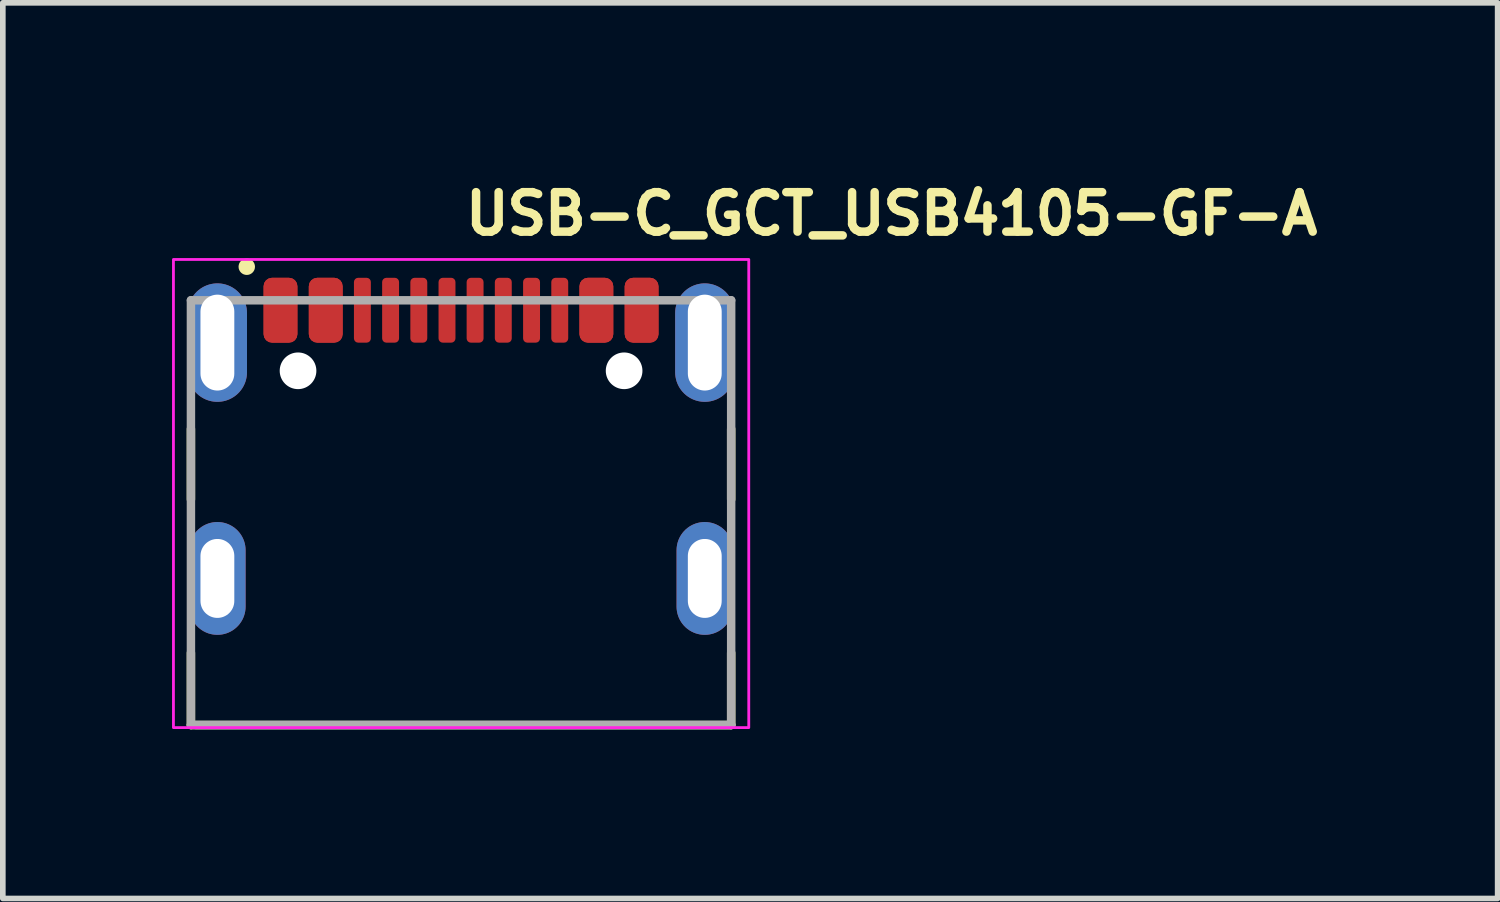
<source format=kicad_pcb>
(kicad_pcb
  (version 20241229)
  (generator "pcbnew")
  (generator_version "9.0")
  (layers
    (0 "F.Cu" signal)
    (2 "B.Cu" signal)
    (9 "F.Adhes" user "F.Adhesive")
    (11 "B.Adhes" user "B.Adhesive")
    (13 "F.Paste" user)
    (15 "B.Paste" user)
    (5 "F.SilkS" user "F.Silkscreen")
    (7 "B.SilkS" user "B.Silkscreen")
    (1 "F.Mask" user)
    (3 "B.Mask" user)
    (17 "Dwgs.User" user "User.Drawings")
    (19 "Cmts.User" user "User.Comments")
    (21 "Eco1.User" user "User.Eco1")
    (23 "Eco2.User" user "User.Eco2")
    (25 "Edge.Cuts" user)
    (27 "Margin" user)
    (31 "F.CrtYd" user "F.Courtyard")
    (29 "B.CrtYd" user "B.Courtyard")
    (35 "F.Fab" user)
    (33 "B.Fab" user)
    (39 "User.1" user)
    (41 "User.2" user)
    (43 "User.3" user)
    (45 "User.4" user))
  (footprint "USB-C_GCT_USB4105-GF-A"
    (layer "F.Cu")
    (at 5.125 5.95)
    (property "Reference" "USB-C_GCT_USB4105-GF-A" (at 0 -4.8 0) (layer "F.SilkS") (effects (font (size 0.7 0.7) (thickness 0.15)) (justify left bottom)))
    (attr smd)
    (fp_line (start -4.79 -1.395) (end -4.79 -0.145) (stroke (width 0.15) (type solid)) (layer "F.SilkS"))
    (fp_line (start -4.79 2.575) (end -4.79 3.854) (stroke (width 0.15) (type solid)) (layer "F.SilkS"))
    (fp_line (start -4.79 3.854) (end 4.788 3.854) (stroke (width 0.15) (type solid)) (layer "F.SilkS"))
    (fp_line (start 4.788 -1.395) (end 4.788 -0.145) (stroke (width 0.15) (type solid)) (layer "F.SilkS"))
    (fp_line (start 4.788 3.854) (end 4.788 2.575) (stroke (width 0.15) (type solid)) (layer "F.SilkS"))
    (fp_circle (center -3.8 -4.271) (end -3.75 -4.221) (stroke (width 0.15) (type solid)) (fill yes) (layer "F.SilkS"))
    (fp_rect (start -5.1 -4.4) (end 5.1 3.9) (stroke (width 0.05) (type solid)) (fill no) (layer "F.CrtYd"))
    (fp_line (start -4.79 -3.676) (end 4.788 -3.676) (stroke (width 0.15) (type solid)) (layer "F.Fab"))
    (fp_line (start -4.79 3.854) (end -4.79 -3.676) (stroke (width 0.15) (type solid)) (layer "F.Fab"))
    (fp_line (start -4.702 3.854) (end 4.788 3.854) (stroke (width 0.15) (type solid)) (layer "F.Fab"))
    (fp_line (start 4.788 -3.676) (end 4.788 3.854) (stroke (width 0.15) (type solid)) (layer "F.Fab"))
    (fp_line (start 4.788 3.854) (end -4.79 3.854) (stroke (width 0.15) (type solid)) (layer "F.Fab"))
    (fp_rect (start -4.79 -3.856) (end 4.788 3.854) (stroke (width 0.1) (type solid)) (fill no) (layer "User.5"))
    (fp_line (start -4.79 -3.25) (end -4.79 -3.226) (stroke (width 0.02) (type solid)) (layer "User.9"))
    (fp_line (start -4.79 -3.226) (end -4.79 -2.077) (stroke (width 0.02) (type solid)) (layer "User.9"))
    (fp_line (start -4.79 -1.875) (end -4.79 -2.077) (stroke (width 0.02) (type solid)) (layer "User.9"))
    (fp_line (start -4.789 -3.273) (end -4.79 -3.25) (stroke (width 0.02) (type solid)) (layer "User.9"))
    (fp_line (start -4.786 -3.294) (end -4.789 -3.273) (stroke (width 0.02) (type solid)) (layer "User.9"))
    (fp_line (start -4.781 -3.317) (end -4.786 -3.294) (stroke (width 0.02) (type solid)) (layer "User.9"))
    (fp_line (start -4.776 -3.339) (end -4.781 -3.317) (stroke (width 0.02) (type solid)) (layer "User.9"))
    (fp_line (start -4.771 -3.359) (end -4.776 -3.339) (stroke (width 0.02) (type solid)) (layer "User.9"))
    (fp_line (start -4.763 -3.38) (end -4.771 -3.359) (stroke (width 0.02) (type solid)) (layer "User.9"))
    (fp_line (start -4.755 -3.402) (end -4.763 -3.38) (stroke (width 0.02) (type solid)) (layer "User.9"))
    (fp_line (start -4.747 -3.422) (end -4.755 -3.402) (stroke (width 0.02) (type solid)) (layer "User.9"))
    (fp_line (start -4.736 -3.44) (end -4.747 -3.422) (stroke (width 0.02) (type solid)) (layer "User.9"))
    (fp_line (start -4.726 -3.46) (end -4.736 -3.44) (stroke (width 0.02) (type solid)) (layer "User.9"))
    (fp_line (start -4.715 -3.477) (end -4.726 -3.46) (stroke (width 0.02) (type solid)) (layer "User.9"))
    (fp_line (start -4.702 -3.496) (end -4.715 -3.477) (stroke (width 0.02) (type solid)) (layer "User.9"))
    (fp_line (start -4.688 -3.512) (end -4.702 -3.496) (stroke (width 0.02) (type solid)) (layer "User.9"))
    (fp_line (start -4.675 -3.528) (end -4.688 -3.512) (stroke (width 0.02) (type solid)) (layer "User.9"))
    (fp_line (start -4.659 -3.544) (end -4.675 -3.528) (stroke (width 0.02) (type solid)) (layer "User.9"))
    (fp_line (start -4.643 -3.56) (end -4.659 -3.544) (stroke (width 0.02) (type solid)) (layer "User.9"))
    (fp_line (start -4.64 -1.875) (end -4.79 -1.875) (stroke (width 0.02) (type solid)) (layer "User.9"))
    (fp_line (start -4.64 -1.875) (end -4.6 -1.917) (stroke (width 0.02) (type solid)) (layer "User.9"))
    (fp_line (start -4.627 -3.573) (end -4.643 -3.56) (stroke (width 0.02) (type solid)) (layer "User.9"))
    (fp_line (start -4.611 -3.586) (end -4.627 -3.573) (stroke (width 0.02) (type solid)) (layer "User.9"))
    (fp_line (start -4.6 -1.917) (end -4.6 -1.917) (stroke (width 0.02) (type solid)) (layer "User.9"))
    (fp_line (start -4.6 -1.917) (end -4.491 -2.025) (stroke (width 0.02) (type solid)) (layer "User.9"))
    (fp_line (start -4.593 -3.6) (end -4.611 -3.586) (stroke (width 0.02) (type solid)) (layer "User.9"))
    (fp_line (start -4.574 -3.61) (end -4.593 -3.6) (stroke (width 0.02) (type solid)) (layer "User.9"))
    (fp_line (start -4.555 -3.621) (end -4.574 -3.61) (stroke (width 0.02) (type solid)) (layer "User.9"))
    (fp_line (start -4.537 -3.632) (end -4.555 -3.621) (stroke (width 0.02) (type solid)) (layer "User.9"))
    (fp_line (start -4.516 -3.641) (end -4.537 -3.632) (stroke (width 0.02) (type solid)) (layer "User.9"))
    (fp_line (start -4.496 -3.649) (end -4.516 -3.641) (stroke (width 0.02) (type solid)) (layer "User.9"))
    (fp_line (start -4.491 -3.242) (end -4.491 -3.234) (stroke (width 0.02) (type solid)) (layer "User.9"))
    (fp_line (start -4.491 -3.234) (end -4.491 -3.226) (stroke (width 0.02) (type solid)) (layer "User.9"))
    (fp_line (start -4.491 -3.226) (end -4.491 -2.077) (stroke (width 0.02) (type solid)) (layer "User.9"))
    (fp_line (start -4.491 -2.327) (end -4.47 -2.327) (stroke (width 0.02) (type solid)) (layer "User.9"))
    (fp_line (start -4.491 -2.025) (end -4.491 -2.077) (stroke (width 0.02) (type solid)) (layer "User.9"))
    (fp_line (start -4.489 -3.249) (end -4.491 -3.242) (stroke (width 0.02) (type solid)) (layer "User.9"))
    (fp_line (start -4.488 -3.257) (end -4.489 -3.249) (stroke (width 0.02) (type solid)) (layer "User.9"))
    (fp_line (start -4.486 -3.263) (end -4.488 -3.257) (stroke (width 0.02) (type solid)) (layer "User.9"))
    (fp_line (start -4.484 -3.27) (end -4.486 -3.263) (stroke (width 0.02) (type solid)) (layer "User.9"))
    (fp_line (start -4.481 -3.278) (end -4.484 -3.27) (stroke (width 0.02) (type solid)) (layer "User.9"))
    (fp_line (start -4.479 -3.285) (end -4.481 -3.278) (stroke (width 0.02) (type solid)) (layer "User.9"))
    (fp_line (start -4.476 -3.291) (end -4.479 -3.285) (stroke (width 0.02) (type solid)) (layer "User.9"))
    (fp_line (start -4.475 -3.656) (end -4.496 -3.649) (stroke (width 0.02) (type solid)) (layer "User.9"))
    (fp_line (start -4.473 -3.298) (end -4.476 -3.291) (stroke (width 0.02) (type solid)) (layer "User.9"))
    (fp_line (start -4.47 -3.303) (end -4.473 -3.298) (stroke (width 0.02) (type solid)) (layer "User.9"))
    (fp_line (start -4.47 -3.176) (end -4.47 -3.301) (stroke (width 0.02) (type solid)) (layer "User.9"))
    (fp_line (start -4.47 -3.176) (end -4.47 -3.125) (stroke (width 0.02) (type solid)) (layer "User.9"))
    (fp_line (start -4.47 -3.125) (end -4.47 3.854) (stroke (width 0.02) (type solid)) (layer "User.9"))
    (fp_line (start -4.47 -2.952) (end -4.491 -2.923) (stroke (width 0.02) (type solid)) (layer "User.9"))
    (fp_line (start -4.465 -3.31) (end -4.47 -3.303) (stroke (width 0.02) (type solid)) (layer "User.9"))
    (fp_line (start -4.462 -3.315) (end -4.465 -3.31) (stroke (width 0.02) (type solid)) (layer "User.9"))
    (fp_line (start -4.462 -3.125) (end -4.47 -3.125) (stroke (width 0.02) (type solid)) (layer "User.9"))
    (fp_line (start -4.462 -3.125) (end -4.462 -3.125) (stroke (width 0.02) (type solid)) (layer "User.9"))
    (fp_line (start -4.462 3.854) (end -4.47 3.854) (stroke (width 0.02) (type solid)) (layer "User.9"))
    (fp_line (start -4.462 3.854) (end -4.462 3.854) (stroke (width 0.02) (type solid)) (layer "User.9"))
    (fp_line (start -4.457 -3.322) (end -4.462 -3.315) (stroke (width 0.02) (type solid)) (layer "User.9"))
    (fp_line (start -4.454 -3.661) (end -4.475 -3.656) (stroke (width 0.02) (type solid)) (layer "User.9"))
    (fp_line (start -4.452 -3.326) (end -4.457 -3.322) (stroke (width 0.02) (type solid)) (layer "User.9"))
    (fp_line (start -4.447 -3.332) (end -4.452 -3.326) (stroke (width 0.02) (type solid)) (layer "User.9"))
    (fp_line (start -4.441 -3.338) (end -4.447 -3.332) (stroke (width 0.02) (type solid)) (layer "User.9"))
    (fp_line (start -4.438 -3.125) (end -4.462 -3.125) (stroke (width 0.02) (type solid)) (layer "User.9"))
    (fp_line (start -4.438 -3.125) (end -4.438 -3.125) (stroke (width 0.02) (type solid)) (layer "User.9"))
    (fp_line (start -4.438 3.854) (end -4.462 3.854) (stroke (width 0.02) (type solid)) (layer "User.9"))
    (fp_line (start -4.438 3.854) (end -4.438 3.854) (stroke (width 0.02) (type solid)) (layer "User.9"))
    (fp_line (start -4.436 -3.342) (end -4.441 -3.338) (stroke (width 0.02) (type solid)) (layer "User.9"))
    (fp_line (start -4.431 -3.666) (end -4.454 -3.661) (stroke (width 0.02) (type solid)) (layer "User.9"))
    (fp_line (start -4.43 -3.347) (end -4.436 -3.342) (stroke (width 0.02) (type solid)) (layer "User.9"))
    (fp_line (start -4.425 -3.351) (end -4.43 -3.347) (stroke (width 0.02) (type solid)) (layer "User.9"))
    (fp_line (start -4.419 -3.355) (end -4.425 -3.351) (stroke (width 0.02) (type solid)) (layer "User.9"))
    (fp_line (start -4.412 -3.358) (end -4.419 -3.355) (stroke (width 0.02) (type solid)) (layer "User.9"))
    (fp_line (start -4.409 -3.67) (end -4.431 -3.666) (stroke (width 0.02) (type solid)) (layer "User.9"))
    (fp_line (start -4.406 -3.362) (end -4.412 -3.358) (stroke (width 0.02) (type solid)) (layer "User.9"))
    (fp_line (start -4.399 -3.364) (end -4.406 -3.362) (stroke (width 0.02) (type solid)) (layer "User.9"))
    (fp_line (start -4.399 -3.125) (end -4.438 -3.125) (stroke (width 0.02) (type solid)) (layer "User.9"))
    (fp_line (start -4.399 -3.125) (end -4.399 -3.125) (stroke (width 0.02) (type solid)) (layer "User.9"))
    (fp_line (start -4.399 3.854) (end -4.438 3.854) (stroke (width 0.02) (type solid)) (layer "User.9"))
    (fp_line (start -4.399 3.854) (end -4.399 3.854) (stroke (width 0.02) (type solid)) (layer "User.9"))
    (fp_line (start -4.393 -3.367) (end -4.399 -3.364) (stroke (width 0.02) (type solid)) (layer "User.9"))
    (fp_line (start -4.388 -3.673) (end -4.409 -3.67) (stroke (width 0.02) (type solid)) (layer "User.9"))
    (fp_line (start -4.385 -3.37) (end -4.393 -3.367) (stroke (width 0.02) (type solid)) (layer "User.9"))
    (fp_line (start -4.379 -3.371) (end -4.385 -3.37) (stroke (width 0.02) (type solid)) (layer "User.9"))
    (fp_line (start -4.372 -3.372) (end -4.379 -3.371) (stroke (width 0.02) (type solid)) (layer "User.9"))
    (fp_line (start -4.364 -3.676) (end -4.388 -3.673) (stroke (width 0.02) (type solid)) (layer "User.9"))
    (fp_line (start -4.364 -3.375) (end -4.372 -3.372) (stroke (width 0.02) (type solid)) (layer "User.9"))
    (fp_line (start -4.363 -3.285) (end -4.47 -3.176) (stroke (width 0.02) (type solid)) (layer "User.9"))
    (fp_line (start -4.363 -3.285) (end -4.363 -3.285) (stroke (width 0.02) (type solid)) (layer "User.9"))
    (fp_line (start -4.356 -3.375) (end -4.364 -3.375) (stroke (width 0.02) (type solid)) (layer "User.9"))
    (fp_line (start -4.348 -3.375) (end -4.356 -3.375) (stroke (width 0.02) (type solid)) (layer "User.9"))
    (fp_line (start -4.345 -3.125) (end -4.399 -3.125) (stroke (width 0.02) (type solid)) (layer "User.9"))
    (fp_line (start -4.345 -3.125) (end -4.345 -3.125) (stroke (width 0.02) (type solid)) (layer "User.9"))
    (fp_line (start -4.345 3.854) (end -4.399 3.854) (stroke (width 0.02) (type solid)) (layer "User.9"))
    (fp_line (start -4.345 3.854) (end -4.345 3.854) (stroke (width 0.02) (type solid)) (layer "User.9"))
    (fp_line (start -4.34 -3.676) (end -4.364 -3.676) (stroke (width 0.02) (type solid)) (layer "User.9"))
    (fp_line (start -4.34 -3.676) (end -4.321 -3.676) (stroke (width 0.02) (type solid)) (layer "User.9"))
    (fp_line (start -4.34 -3.375) (end -4.348 -3.375) (stroke (width 0.02) (type solid)) (layer "User.9"))
    (fp_line (start -4.34 -3.375) (end -4.321 -3.375) (stroke (width 0.02) (type solid)) (layer "User.9"))
    (fp_line (start -4.321 -3.676) (end -4.314 -3.676) (stroke (width 0.02) (type solid)) (layer "User.9"))
    (fp_line (start -4.321 -3.375) (end -4.321 -3.676) (stroke (width 0.02) (type solid)) (layer "User.9"))
    (fp_line (start -4.321 -3.375) (end -4.321 -3.326) (stroke (width 0.02) (type solid)) (layer "User.9"))
    (fp_line (start -4.321 -3.375) (end -4.314 -3.375) (stroke (width 0.02) (type solid)) (layer "User.9"))
    (fp_line (start -4.321 -3.326) (end -4.363 -3.285) (stroke (width 0.02) (type solid)) (layer "User.9"))
    (fp_line (start -4.314 -3.676) (end -4.314 -3.676) (stroke (width 0.02) (type solid)) (layer "User.9"))
    (fp_line (start -4.314 -3.676) (end -4.297 -3.676) (stroke (width 0.02) (type solid)) (layer "User.9"))
    (fp_line (start -4.314 -3.375) (end -4.314 -3.375) (stroke (width 0.02) (type solid)) (layer "User.9"))
    (fp_line (start -4.314 -3.375) (end -4.297 -3.375) (stroke (width 0.02) (type solid)) (layer "User.9"))
    (fp_line (start -4.297 -3.676) (end -4.297 -3.676) (stroke (width 0.02) (type solid)) (layer "User.9"))
    (fp_line (start -4.297 -3.676) (end -4.268 -3.676) (stroke (width 0.02) (type solid)) (layer "User.9"))
    (fp_line (start -4.297 -3.375) (end -4.297 -3.375) (stroke (width 0.02) (type solid)) (layer "User.9"))
    (fp_line (start -4.297 -3.375) (end -4.268 -3.375) (stroke (width 0.02) (type solid)) (layer "User.9"))
    (fp_line (start -4.274 -3.125) (end -4.345 -3.125) (stroke (width 0.02) (type solid)) (layer "User.9"))
    (fp_line (start -4.274 -3.125) (end -4.274 -3.125) (stroke (width 0.02) (type solid)) (layer "User.9"))
    (fp_line (start -4.274 3.854) (end -4.345 3.854) (stroke (width 0.02) (type solid)) (layer "User.9"))
    (fp_line (start -4.274 3.854) (end -4.274 3.854) (stroke (width 0.02) (type solid)) (layer "User.9"))
    (fp_line (start -4.268 -3.676) (end -4.268 -3.676) (stroke (width 0.02) (type solid)) (layer "User.9"))
    (fp_line (start -4.268 -3.676) (end -4.225 -3.676) (stroke (width 0.02) (type solid)) (layer "User.9"))
    (fp_line (start -4.268 -3.375) (end -4.268 -3.375) (stroke (width 0.02) (type solid)) (layer "User.9"))
    (fp_line (start -4.268 -3.375) (end -4.225 -3.375) (stroke (width 0.02) (type solid)) (layer "User.9"))
    (fp_line (start -4.225 -3.676) (end -4.225 -3.676) (stroke (width 0.02) (type solid)) (layer "User.9"))
    (fp_line (start -4.225 -3.676) (end -4.173 -3.676) (stroke (width 0.02) (type solid)) (layer "User.9"))
    (fp_line (start -4.225 -3.375) (end -4.225 -3.375) (stroke (width 0.02) (type solid)) (layer "User.9"))
    (fp_line (start -4.225 -3.375) (end -4.173 -3.375) (stroke (width 0.02) (type solid)) (layer "User.9"))
    (fp_line (start -4.191 -3.125) (end -4.274 -3.125) (stroke (width 0.02) (type solid)) (layer "User.9"))
    (fp_line (start -4.191 -3.125) (end -4.191 -3.125) (stroke (width 0.02) (type solid)) (layer "User.9"))
    (fp_line (start -4.191 3.854) (end -4.274 3.854) (stroke (width 0.02) (type solid)) (layer "User.9"))
    (fp_line (start -4.191 3.854) (end -4.191 3.854) (stroke (width 0.02) (type solid)) (layer "User.9"))
    (fp_line (start -4.173 -3.676) (end -4.173 -3.676) (stroke (width 0.02) (type solid)) (layer "User.9"))
    (fp_line (start -4.173 -3.676) (end -4.111 -3.676) (stroke (width 0.02) (type solid)) (layer "User.9"))
    (fp_line (start -4.173 -3.375) (end -4.173 -3.375) (stroke (width 0.02) (type solid)) (layer "User.9"))
    (fp_line (start -4.173 -3.375) (end -4.111 -3.375) (stroke (width 0.02) (type solid)) (layer "User.9"))
    (fp_line (start -4.17 -3.375) (end -4.17 -3.326) (stroke (width 0.02) (type solid)) (layer "User.9"))
    (fp_line (start -4.17 -3.326) (end -4.321 -3.326) (stroke (width 0.02) (type solid)) (layer "User.9"))
    (fp_line (start -4.17 -3.326) (end -4.17 -3.176) (stroke (width 0.02) (type solid)) (layer "User.9"))
    (fp_line (start -4.17 -3.176) (end -3.972 -3.375) (stroke (width 0.02) (type solid)) (layer "User.9"))
    (fp_line (start -4.17 -3.125) (end -4.17 -3.176) (stroke (width 0.02) (type solid)) (layer "User.9"))
    (fp_line (start -4.164 -3.176) (end -4.17 -3.176) (stroke (width 0.02) (type solid)) (layer "User.9"))
    (fp_line (start -4.164 -3.176) (end -4.164 -3.176) (stroke (width 0.02) (type solid)) (layer "User.9"))
    (fp_line (start -4.146 -3.176) (end -4.164 -3.176) (stroke (width 0.02) (type solid)) (layer "User.9"))
    (fp_line (start -4.146 -3.176) (end -4.146 -3.176) (stroke (width 0.02) (type solid)) (layer "User.9"))
    (fp_line (start -4.116 -3.176) (end -4.146 -3.176) (stroke (width 0.02) (type solid)) (layer "User.9"))
    (fp_line (start -4.116 -3.176) (end -4.116 -3.176) (stroke (width 0.02) (type solid)) (layer "User.9"))
    (fp_line (start -4.111 -3.676) (end -4.111 -3.676) (stroke (width 0.02) (type solid)) (layer "User.9"))
    (fp_line (start -4.111 -3.676) (end -4.037 -3.676) (stroke (width 0.02) (type solid)) (layer "User.9"))
    (fp_line (start -4.111 -3.375) (end -4.111 -3.375) (stroke (width 0.02) (type solid)) (layer "User.9"))
    (fp_line (start -4.111 -3.375) (end -4.037 -3.375) (stroke (width 0.02) (type solid)) (layer "User.9"))
    (fp_line (start -4.096 -3.125) (end -4.191 -3.125) (stroke (width 0.02) (type solid)) (layer "User.9"))
    (fp_line (start -4.096 -3.125) (end -4.096 -3.125) (stroke (width 0.02) (type solid)) (layer "User.9"))
    (fp_line (start -4.096 3.854) (end -4.191 3.854) (stroke (width 0.02) (type solid)) (layer "User.9"))
    (fp_line (start -4.096 3.854) (end -4.096 3.854) (stroke (width 0.02) (type solid)) (layer "User.9"))
    (fp_line (start -4.074 -3.176) (end -4.116 -3.176) (stroke (width 0.02) (type solid)) (layer "User.9"))
    (fp_line (start -4.074 -3.176) (end -4.074 -3.176) (stroke (width 0.02) (type solid)) (layer "User.9"))
    (fp_line (start -4.037 -3.676) (end -4.037 -3.676) (stroke (width 0.02) (type solid)) (layer "User.9"))
    (fp_line (start -4.037 -3.676) (end -3.955 -3.676) (stroke (width 0.02) (type solid)) (layer "User.9"))
    (fp_line (start -4.037 -3.375) (end -4.037 -3.375) (stroke (width 0.02) (type solid)) (layer "User.9"))
    (fp_line (start -4.037 -3.375) (end -3.955 -3.375) (stroke (width 0.02) (type solid)) (layer "User.9"))
    (fp_line (start -4.021 -3.176) (end -4.074 -3.176) (stroke (width 0.02) (type solid)) (layer "User.9"))
    (fp_line (start -4.021 -3.176) (end -4.021 -3.176) (stroke (width 0.02) (type solid)) (layer "User.9"))
    (fp_line (start -3.989 -3.125) (end -4.096 -3.125) (stroke (width 0.02) (type solid)) (layer "User.9"))
    (fp_line (start -3.989 -3.125) (end -3.989 -3.125) (stroke (width 0.02) (type solid)) (layer "User.9"))
    (fp_line (start -3.989 3.854) (end -4.096 3.854) (stroke (width 0.02) (type solid)) (layer "User.9"))
    (fp_line (start -3.989 3.854) (end -3.989 3.854) (stroke (width 0.02) (type solid)) (layer "User.9"))
    (fp_line (start -3.958 -3.176) (end -4.021 -3.176) (stroke (width 0.02) (type solid)) (layer "User.9"))
    (fp_line (start -3.958 -3.176) (end -3.958 -3.176) (stroke (width 0.02) (type solid)) (layer "User.9"))
    (fp_line (start -3.955 -3.676) (end -3.955 -3.676) (stroke (width 0.02) (type solid)) (layer "User.9"))
    (fp_line (start -3.955 -3.676) (end -3.769 -3.676) (stroke (width 0.02) (type solid)) (layer "User.9"))
    (fp_line (start -3.955 -3.375) (end -3.955 -3.375) (stroke (width 0.02) (type solid)) (layer "User.9"))
    (fp_line (start -3.955 -3.375) (end -3.769 -3.375) (stroke (width 0.02) (type solid)) (layer "User.9"))
    (fp_line (start -3.883 -3.176) (end -3.958 -3.176) (stroke (width 0.02) (type solid)) (layer "User.9"))
    (fp_line (start -3.883 -3.176) (end -3.883 -3.176) (stroke (width 0.02) (type solid)) (layer "User.9"))
    (fp_line (start -3.871 -3.125) (end -3.989 -3.125) (stroke (width 0.02) (type solid)) (layer "User.9"))
    (fp_line (start -3.871 -3.125) (end -3.871 -3.125) (stroke (width 0.02) (type solid)) (layer "User.9"))
    (fp_line (start -3.871 3.854) (end -3.989 3.854) (stroke (width 0.02) (type solid)) (layer "User.9"))
    (fp_line (start -3.871 3.854) (end -3.871 3.854) (stroke (width 0.02) (type solid)) (layer "User.9"))
    (fp_line (start -3.769 -3.676) (end -3.769 -3.676) (stroke (width 0.02) (type solid)) (layer "User.9"))
    (fp_line (start -3.769 -3.676) (end -3.33 -3.676) (stroke (width 0.02) (type solid)) (layer "User.9"))
    (fp_line (start -3.769 -3.375) (end -3.769 -3.375) (stroke (width 0.02) (type solid)) (layer "User.9"))
    (fp_line (start -3.769 -3.375) (end -3.33 -3.375) (stroke (width 0.02) (type solid)) (layer "User.9"))
    (fp_line (start -3.713 -3.176) (end -3.883 -3.176) (stroke (width 0.02) (type solid)) (layer "User.9"))
    (fp_line (start -3.713 -3.176) (end -3.713 -3.176) (stroke (width 0.02) (type solid)) (layer "User.9"))
    (fp_line (start -3.613 -3.125) (end -3.871 -3.125) (stroke (width 0.02) (type solid)) (layer "User.9"))
    (fp_line (start -3.613 -3.125) (end -3.613 -3.125) (stroke (width 0.02) (type solid)) (layer "User.9"))
    (fp_line (start -3.613 3.854) (end -3.871 3.854) (stroke (width 0.02) (type solid)) (layer "User.9"))
    (fp_line (start -3.613 3.854) (end -3.613 3.854) (stroke (width 0.02) (type solid)) (layer "User.9"))
    (fp_line (start -3.515 -3.176) (end -3.713 -3.176) (stroke (width 0.02) (type solid)) (layer "User.9"))
    (fp_line (start -3.515 -3.176) (end -3.515 -3.176) (stroke (width 0.02) (type solid)) (layer "User.9"))
    (fp_line (start -3.451 -3.856) (end -3.451 -3.676) (stroke (width 0.02) (type solid)) (layer "User.9"))
    (fp_line (start -3.451 -3.856) (end -3.21 -3.856) (stroke (width 0.02) (type solid)) (layer "User.9"))
    (fp_line (start -3.33 -3.676) (end -3.293 -3.676) (stroke (width 0.02) (type solid)) (layer "User.9"))
    (fp_line (start -3.33 -3.375) (end -3.293 -3.375) (stroke (width 0.02) (type solid)) (layer "User.9"))
    (fp_line (start -3.293 -3.676) (end -3.009 -3.676) (stroke (width 0.02) (type solid)) (layer "User.9"))
    (fp_line (start -3.293 -3.375) (end -3.009 -3.375) (stroke (width 0.02) (type solid)) (layer "User.9"))
    (fp_line (start -3.21 -3.856) (end -3.21 -3.676) (stroke (width 0.02) (type solid)) (layer "User.9"))
    (fp_line (start -3.19 -3.856) (end -3.19 -3.676) (stroke (width 0.02) (type solid)) (layer "User.9"))
    (fp_line (start -3.19 -3.856) (end -2.952 -3.856) (stroke (width 0.02) (type solid)) (layer "User.9"))
    (fp_line (start -3.19 -3.176) (end -3.515 -3.176) (stroke (width 0.02) (type solid)) (layer "User.9"))
    (fp_line (start -3.19 -3.125) (end -3.613 -3.125) (stroke (width 0.02) (type solid)) (layer "User.9"))
    (fp_line (start -3.19 3.854) (end -3.613 3.854) (stroke (width 0.02) (type solid)) (layer "User.9"))
    (fp_line (start -3.009 -3.676) (end -2.868 -3.676) (stroke (width 0.02) (type solid)) (layer "User.9"))
    (fp_line (start -3.009 -3.375) (end -2.868 -3.375) (stroke (width 0.02) (type solid)) (layer "User.9"))
    (fp_line (start -2.952 -3.856) (end -2.952 -3.676) (stroke (width 0.02) (type solid)) (layer "User.9"))
    (fp_line (start -2.868 -3.676) (end -2.609 -3.676) (stroke (width 0.02) (type solid)) (layer "User.9"))
    (fp_line (start -2.868 -3.375) (end -2.609 -3.375) (stroke (width 0.02) (type solid)) (layer "User.9"))
    (fp_line (start -2.709 -3.125) (end -3.19 -3.125) (stroke (width 0.02) (type solid)) (layer "User.9"))
    (fp_line (start -2.703 -3.126) (end -2.709 -3.126) (stroke (width 0.02) (type solid)) (layer "User.9"))
    (fp_line (start -2.698 -3.126) (end -2.703 -3.126) (stroke (width 0.02) (type solid)) (layer "User.9"))
    (fp_line (start -2.694 -3.128) (end -2.698 -3.126) (stroke (width 0.02) (type solid)) (layer "User.9"))
    (fp_line (start -2.689 -3.129) (end -2.694 -3.128) (stroke (width 0.02) (type solid)) (layer "User.9"))
    (fp_line (start -2.684 -3.129) (end -2.689 -3.129) (stroke (width 0.02) (type solid)) (layer "User.9"))
    (fp_line (start -2.678 -3.13) (end -2.684 -3.129) (stroke (width 0.02) (type solid)) (layer "User.9"))
    (fp_line (start -2.674 -3.133) (end -2.678 -3.13) (stroke (width 0.02) (type solid)) (layer "User.9"))
    (fp_line (start -2.669 -3.133) (end -2.674 -3.133) (stroke (width 0.02) (type solid)) (layer "User.9"))
    (fp_line (start -2.665 -3.136) (end -2.669 -3.133) (stroke (width 0.02) (type solid)) (layer "User.9"))
    (fp_line (start -2.661 -3.138) (end -2.665 -3.136) (stroke (width 0.02) (type solid)) (layer "User.9"))
    (fp_line (start -2.657 -3.141) (end -2.661 -3.138) (stroke (width 0.02) (type solid)) (layer "User.9"))
    (fp_line (start -2.653 -3.144) (end -2.657 -3.141) (stroke (width 0.02) (type solid)) (layer "User.9"))
    (fp_line (start -2.65 -3.856) (end -2.65 -3.676) (stroke (width 0.02) (type solid)) (layer "User.9"))
    (fp_line (start -2.65 -3.856) (end -2.411 -3.856) (stroke (width 0.02) (type solid)) (layer "User.9"))
    (fp_line (start -2.65 -1.426) (end -2.65 -1.401) (stroke (width 0.02) (type solid)) (layer "User.9"))
    (fp_line (start -2.65 -1.426) (end -1.351 -1.426) (stroke (width 0.02) (type solid)) (layer "User.9"))
    (fp_line (start -2.65 -1.401) (end -2.65 -1.426) (stroke (width 0.02) (type solid)) (layer "User.9"))
    (fp_line (start -2.65 -1.401) (end -2.564 -1.401) (stroke (width 0.02) (type solid)) (layer "User.9"))
    (fp_line (start -2.65 -0.951) (end -2.65 -0.927) (stroke (width 0.02) (type solid)) (layer "User.9"))
    (fp_line (start -2.65 -0.927) (end -1.351 -0.927) (stroke (width 0.02) (type solid)) (layer "User.9"))
    (fp_line (start -2.649 -3.145) (end -2.653 -3.144) (stroke (width 0.02) (type solid)) (layer "User.9"))
    (fp_line (start -2.645 -3.149) (end -2.649 -3.145) (stroke (width 0.02) (type solid)) (layer "User.9"))
    (fp_line (start -2.641 -3.152) (end -2.645 -3.149) (stroke (width 0.02) (type solid)) (layer "User.9"))
    (fp_line (start -2.637 -3.156) (end -2.641 -3.152) (stroke (width 0.02) (type solid)) (layer "User.9"))
    (fp_line (start -2.634 -3.158) (end -2.637 -3.156) (stroke (width 0.02) (type solid)) (layer "User.9"))
    (fp_line (start -2.632 -3.162) (end -2.634 -3.158) (stroke (width 0.02) (type solid)) (layer "User.9"))
    (fp_line (start -2.629 -3.166) (end -2.632 -3.162) (stroke (width 0.02) (type solid)) (layer "User.9"))
    (fp_line (start -2.625 -3.17) (end -2.629 -3.166) (stroke (width 0.02) (type solid)) (layer "User.9"))
    (fp_line (start -2.622 -3.174) (end -2.625 -3.17) (stroke (width 0.02) (type solid)) (layer "User.9"))
    (fp_line (start -2.621 -3.178) (end -2.622 -3.174) (stroke (width 0.02) (type solid)) (layer "User.9"))
    (fp_line (start -2.621 -3.176) (end -3.19 -3.176) (stroke (width 0.02) (type solid)) (layer "User.9"))
    (fp_line (start -2.618 -3.182) (end -2.621 -3.178) (stroke (width 0.02) (type solid)) (layer "User.9"))
    (fp_line (start -2.617 -3.188) (end -2.618 -3.182) (stroke (width 0.02) (type solid)) (layer "User.9"))
    (fp_line (start -2.614 -3.192) (end -2.617 -3.188) (stroke (width 0.02) (type solid)) (layer "User.9"))
    (fp_line (start -2.613 -3.197) (end -2.614 -3.192) (stroke (width 0.02) (type solid)) (layer "User.9"))
    (fp_line (start -2.612 -3.202) (end -2.613 -3.197) (stroke (width 0.02) (type solid)) (layer "User.9"))
    (fp_line (start -2.61 -3.206) (end -2.612 -3.202) (stroke (width 0.02) (type solid)) (layer "User.9"))
    (fp_line (start -2.609 -3.676) (end -1.744 -3.676) (stroke (width 0.02) (type solid)) (layer "User.9"))
    (fp_line (start -2.609 -3.544) (end -2.609 -3.676) (stroke (width 0.02) (type solid)) (layer "User.9"))
    (fp_line (start -2.609 -3.544) (end -2.609 -3.544) (stroke (width 0.02) (type solid)) (layer "User.9"))
    (fp_line (start -2.609 -3.226) (end -2.609 -3.544) (stroke (width 0.02) (type solid)) (layer "User.9"))
    (fp_line (start -2.609 -3.226) (end -2.609 -3.221) (stroke (width 0.02) (type solid)) (layer "User.9"))
    (fp_line (start -2.609 -3.221) (end -2.609 -3.215) (stroke (width 0.02) (type solid)) (layer "User.9"))
    (fp_line (start -2.609 -3.215) (end -2.609 -3.21) (stroke (width 0.02) (type solid)) (layer "User.9"))
    (fp_line (start -2.609 -3.21) (end -2.61 -3.206) (stroke (width 0.02) (type solid)) (layer "User.9"))
    (fp_line (start -2.564 -0.951) (end -2.65 -0.951) (stroke (width 0.02) (type solid)) (layer "User.9"))
    (fp_line (start -2.411 -3.856) (end -2.411 -3.676) (stroke (width 0.02) (type solid)) (layer "User.9"))
    (fp_line (start -2.391 -3.856) (end -2.391 -3.676) (stroke (width 0.02) (type solid)) (layer "User.9"))
    (fp_line (start -2.391 -3.856) (end -2.15 -3.856) (stroke (width 0.02) (type solid)) (layer "User.9"))
    (fp_line (start -2.234 -1.401) (end -2.564 -1.401) (stroke (width 0.02) (type solid)) (layer "User.9"))
    (fp_line (start -2.234 -0.951) (end -2.564 -0.951) (stroke (width 0.02) (type solid)) (layer "User.9"))
    (fp_line (start -2.15 -3.856) (end -2.15 -3.676) (stroke (width 0.02) (type solid)) (layer "User.9"))
    (fp_line (start -2.148 -1.401) (end -2.234 -1.401) (stroke (width 0.02) (type solid)) (layer "User.9"))
    (fp_line (start -2.148 -0.951) (end -2.234 -0.951) (stroke (width 0.02) (type solid)) (layer "User.9"))
    (fp_line (start -2.101 -1.401) (end -2.148 -1.401) (stroke (width 0.02) (type solid)) (layer "User.9"))
    (fp_line (start -2.101 -0.951) (end -2.148 -0.951) (stroke (width 0.02) (type solid)) (layer "User.9"))
    (fp_line (start -1.901 -1.401) (end -2.101 -1.401) (stroke (width 0.02) (type solid)) (layer "User.9"))
    (fp_line (start -1.901 -0.951) (end -2.101 -0.951) (stroke (width 0.02) (type solid)) (layer "User.9"))
    (fp_line (start -1.855 -1.401) (end -1.901 -1.401) (stroke (width 0.02) (type solid)) (layer "User.9"))
    (fp_line (start -1.855 -0.951) (end -1.901 -0.951) (stroke (width 0.02) (type solid)) (layer "User.9"))
    (fp_line (start -1.851 -3.856) (end -1.851 -3.676) (stroke (width 0.02) (type solid)) (layer "User.9"))
    (fp_line (start -1.851 -3.856) (end -1.651 -3.856) (stroke (width 0.02) (type solid)) (layer "User.9"))
    (fp_line (start -1.768 -1.401) (end -1.855 -1.401) (stroke (width 0.02) (type solid)) (layer "User.9"))
    (fp_line (start -1.768 -0.951) (end -1.855 -0.951) (stroke (width 0.02) (type solid)) (layer "User.9"))
    (fp_line (start -1.744 -3.676) (end -1.744 -3.544) (stroke (width 0.02) (type solid)) (layer "User.9"))
    (fp_line (start -1.744 -3.676) (end -1.593 -3.676) (stroke (width 0.02) (type solid)) (layer "User.9"))
    (fp_line (start -1.744 -3.544) (end -1.744 -3.544) (stroke (width 0.02) (type solid)) (layer "User.9"))
    (fp_line (start -1.744 -3.544) (end -1.744 -3.226) (stroke (width 0.02) (type solid)) (layer "User.9"))
    (fp_line (start -1.744 -3.375) (end 1.741 -3.375) (stroke (width 0.02) (type solid)) (layer "User.9"))
    (fp_line (start -1.744 -3.221) (end -1.744 -3.226) (stroke (width 0.02) (type solid)) (layer "User.9"))
    (fp_line (start -1.742 -3.215) (end -1.744 -3.221) (stroke (width 0.02) (type solid)) (layer "User.9"))
    (fp_line (start -1.742 -3.21) (end -1.742 -3.215) (stroke (width 0.02) (type solid)) (layer "User.9"))
    (fp_line (start -1.742 -3.206) (end -1.742 -3.21) (stroke (width 0.02) (type solid)) (layer "User.9"))
    (fp_line (start -1.74 -3.202) (end -1.742 -3.206) (stroke (width 0.02) (type solid)) (layer "User.9"))
    (fp_line (start -1.74 -3.197) (end -1.74 -3.202) (stroke (width 0.02) (type solid)) (layer "User.9"))
    (fp_line (start -1.738 -3.192) (end -1.74 -3.197) (stroke (width 0.02) (type solid)) (layer "User.9"))
    (fp_line (start -1.736 -3.188) (end -1.738 -3.192) (stroke (width 0.02) (type solid)) (layer "User.9"))
    (fp_line (start -1.734 -3.182) (end -1.736 -3.188) (stroke (width 0.02) (type solid)) (layer "User.9"))
    (fp_line (start -1.732 -3.178) (end -1.734 -3.182) (stroke (width 0.02) (type solid)) (layer "User.9"))
    (fp_line (start -1.73 -3.174) (end -1.732 -3.178) (stroke (width 0.02) (type solid)) (layer "User.9"))
    (fp_line (start -1.726 -3.17) (end -1.73 -3.174) (stroke (width 0.02) (type solid)) (layer "User.9"))
    (fp_line (start -1.724 -3.166) (end -1.726 -3.17) (stroke (width 0.02) (type solid)) (layer "User.9"))
    (fp_line (start -1.72 -3.162) (end -1.724 -3.166) (stroke (width 0.02) (type solid)) (layer "User.9"))
    (fp_line (start -1.718 -3.158) (end -1.72 -3.162) (stroke (width 0.02) (type solid)) (layer "User.9"))
    (fp_line (start -1.714 -3.156) (end -1.718 -3.158) (stroke (width 0.02) (type solid)) (layer "User.9"))
    (fp_line (start -1.71 -3.152) (end -1.714 -3.156) (stroke (width 0.02) (type solid)) (layer "User.9"))
    (fp_line (start -1.708 -3.149) (end -1.71 -3.152) (stroke (width 0.02) (type solid)) (layer "User.9"))
    (fp_line (start -1.704 -3.145) (end -1.708 -3.149) (stroke (width 0.02) (type solid)) (layer "User.9"))
    (fp_line (start -1.7 -3.144) (end -1.704 -3.145) (stroke (width 0.02) (type solid)) (layer "User.9"))
    (fp_line (start -1.696 -3.141) (end -1.7 -3.144) (stroke (width 0.02) (type solid)) (layer "User.9"))
    (fp_line (start -1.692 -3.138) (end -1.696 -3.141) (stroke (width 0.02) (type solid)) (layer "User.9"))
    (fp_line (start -1.686 -3.136) (end -1.692 -3.138) (stroke (width 0.02) (type solid)) (layer "User.9"))
    (fp_line (start -1.682 -3.133) (end -1.686 -3.136) (stroke (width 0.02) (type solid)) (layer "User.9"))
    (fp_line (start -1.678 -3.133) (end -1.682 -3.133) (stroke (width 0.02) (type solid)) (layer "User.9"))
    (fp_line (start -1.674 -3.13) (end -1.678 -3.133) (stroke (width 0.02) (type solid)) (layer "User.9"))
    (fp_line (start -1.668 -3.129) (end -1.674 -3.13) (stroke (width 0.02) (type solid)) (layer "User.9"))
    (fp_line (start -1.663 -3.129) (end -1.668 -3.129) (stroke (width 0.02) (type solid)) (layer "User.9"))
    (fp_line (start -1.659 -3.128) (end -1.663 -3.129) (stroke (width 0.02) (type solid)) (layer "User.9"))
    (fp_line (start -1.653 -3.126) (end -1.659 -3.128) (stroke (width 0.02) (type solid)) (layer "User.9"))
    (fp_line (start -1.651 -3.856) (end -1.651 -3.676) (stroke (width 0.02) (type solid)) (layer "User.9"))
    (fp_line (start -1.649 -3.126) (end -1.653 -3.126) (stroke (width 0.02) (type solid)) (layer "User.9"))
    (fp_line (start -1.643 -3.125) (end -1.649 -3.126) (stroke (width 0.02) (type solid)) (layer "User.9"))
    (fp_line (start -1.593 -3.676) (end 1.592 -3.676) (stroke (width 0.02) (type solid)) (layer "User.9"))
    (fp_line (start -1.438 -1.401) (end -1.768 -1.401) (stroke (width 0.02) (type solid)) (layer "User.9"))
    (fp_line (start -1.438 -0.951) (end -1.768 -0.951) (stroke (width 0.02) (type solid)) (layer "User.9"))
    (fp_line (start -1.438 -0.951) (end -1.351 -0.951) (stroke (width 0.02) (type solid)) (layer "User.9"))
    (fp_line (start -1.351 -3.856) (end -1.351 -3.676) (stroke (width 0.02) (type solid)) (layer "User.9"))
    (fp_line (start -1.351 -3.856) (end -1.151 -3.856) (stroke (width 0.02) (type solid)) (layer "User.9"))
    (fp_line (start -1.351 -1.426) (end -1.351 -1.401) (stroke (width 0.02) (type solid)) (layer "User.9"))
    (fp_line (start -1.351 -1.401) (end -1.438 -1.401) (stroke (width 0.02) (type solid)) (layer "User.9"))
    (fp_line (start -1.351 -1.401) (end -1.351 -1.426) (stroke (width 0.02) (type solid)) (layer "User.9"))
    (fp_line (start -1.351 -0.951) (end -1.351 -0.927) (stroke (width 0.02) (type solid)) (layer "User.9"))
    (fp_line (start -1.151 -3.856) (end -1.151 -3.676) (stroke (width 0.02) (type solid)) (layer "User.9"))
    (fp_line (start -0.85 -3.856) (end -0.85 -3.676) (stroke (width 0.02) (type solid)) (layer "User.9"))
    (fp_line (start -0.85 -3.856) (end -0.652 -3.856) (stroke (width 0.02) (type solid)) (layer "User.9"))
    (fp_line (start -0.652 -3.856) (end -0.652 -3.676) (stroke (width 0.02) (type solid)) (layer "User.9"))
    (fp_line (start -0.351 -3.856) (end -0.351 -3.676) (stroke (width 0.02) (type solid)) (layer "User.9"))
    (fp_line (start -0.351 -3.856) (end -0.15 -3.856) (stroke (width 0.02) (type solid)) (layer "User.9"))
    (fp_line (start -0.15 -3.856) (end -0.15 -3.676) (stroke (width 0.02) (type solid)) (layer "User.9"))
    (fp_line (start 0.148 -3.856) (end 0.148 -3.676) (stroke (width 0.02) (type solid)) (layer "User.9"))
    (fp_line (start 0.148 -3.856) (end 0.349 -3.856) (stroke (width 0.02) (type solid)) (layer "User.9"))
    (fp_line (start 0.349 -3.856) (end 0.349 -3.676) (stroke (width 0.02) (type solid)) (layer "User.9"))
    (fp_line (start 0.65 -3.856) (end 0.65 -3.676) (stroke (width 0.02) (type solid)) (layer "User.9"))
    (fp_line (start 0.65 -3.856) (end 0.848 -3.856) (stroke (width 0.02) (type solid)) (layer "User.9"))
    (fp_line (start 0.848 -3.856) (end 0.848 -3.676) (stroke (width 0.02) (type solid)) (layer "User.9"))
    (fp_line (start 1.148 -3.856) (end 1.148 -3.676) (stroke (width 0.02) (type solid)) (layer "User.9"))
    (fp_line (start 1.148 -3.856) (end 1.35 -3.856) (stroke (width 0.02) (type solid)) (layer "User.9"))
    (fp_line (start 1.35 -3.856) (end 1.35 -3.676) (stroke (width 0.02) (type solid)) (layer "User.9"))
    (fp_line (start 1.35 -1.426) (end 1.35 -1.401) (stroke (width 0.02) (type solid)) (layer "User.9"))
    (fp_line (start 1.35 -1.401) (end 1.35 -1.426) (stroke (width 0.02) (type solid)) (layer "User.9"))
    (fp_line (start 1.35 -1.401) (end 1.437 -1.401) (stroke (width 0.02) (type solid)) (layer "User.9"))
    (fp_line (start 1.35 -0.951) (end 1.35 -0.927) (stroke (width 0.02) (type solid)) (layer "User.9"))
    (fp_line (start 1.437 -0.951) (end 1.35 -0.951) (stroke (width 0.02) (type solid)) (layer "User.9"))
    (fp_line (start 1.592 -3.676) (end 1.741 -3.676) (stroke (width 0.02) (type solid)) (layer "User.9"))
    (fp_line (start 1.642 -3.125) (end -1.643 -3.125) (stroke (width 0.02) (type solid)) (layer "User.9"))
    (fp_line (start 1.646 -3.126) (end 1.642 -3.126) (stroke (width 0.02) (type solid)) (layer "User.9"))
    (fp_line (start 1.648 -3.856) (end 1.648 -3.676) (stroke (width 0.02) (type solid)) (layer "User.9"))
    (fp_line (start 1.648 -3.856) (end 1.85 -3.856) (stroke (width 0.02) (type solid)) (layer "User.9"))
    (fp_line (start 1.652 -3.126) (end 1.646 -3.126) (stroke (width 0.02) (type solid)) (layer "User.9"))
    (fp_line (start 1.656 -3.128) (end 1.652 -3.126) (stroke (width 0.02) (type solid)) (layer "User.9"))
    (fp_line (start 1.662 -3.129) (end 1.656 -3.128) (stroke (width 0.02) (type solid)) (layer "User.9"))
    (fp_line (start 1.667 -3.129) (end 1.662 -3.129) (stroke (width 0.02) (type solid)) (layer "User.9"))
    (fp_line (start 1.671 -3.13) (end 1.667 -3.129) (stroke (width 0.02) (type solid)) (layer "User.9"))
    (fp_line (start 1.675 -3.133) (end 1.671 -3.13) (stroke (width 0.02) (type solid)) (layer "User.9"))
    (fp_line (start 1.681 -3.133) (end 1.675 -3.133) (stroke (width 0.02) (type solid)) (layer "User.9"))
    (fp_line (start 1.685 -3.136) (end 1.681 -3.133) (stroke (width 0.02) (type solid)) (layer "User.9"))
    (fp_line (start 1.689 -3.138) (end 1.685 -3.136) (stroke (width 0.02) (type solid)) (layer "User.9"))
    (fp_line (start 1.693 -3.141) (end 1.689 -3.138) (stroke (width 0.02) (type solid)) (layer "User.9"))
    (fp_line (start 1.697 -3.144) (end 1.693 -3.141) (stroke (width 0.02) (type solid)) (layer "User.9"))
    (fp_line (start 1.701 -3.145) (end 1.697 -3.144) (stroke (width 0.02) (type solid)) (layer "User.9"))
    (fp_line (start 1.705 -3.149) (end 1.701 -3.145) (stroke (width 0.02) (type solid)) (layer "User.9"))
    (fp_line (start 1.709 -3.152) (end 1.705 -3.149) (stroke (width 0.02) (type solid)) (layer "User.9"))
    (fp_line (start 1.713 -3.156) (end 1.709 -3.152) (stroke (width 0.02) (type solid)) (layer "User.9"))
    (fp_line (start 1.715 -3.158) (end 1.713 -3.156) (stroke (width 0.02) (type solid)) (layer "User.9"))
    (fp_line (start 1.719 -3.162) (end 1.715 -3.158) (stroke (width 0.02) (type solid)) (layer "User.9"))
    (fp_line (start 1.721 -3.166) (end 1.719 -3.162) (stroke (width 0.02) (type solid)) (layer "User.9"))
    (fp_line (start 1.725 -3.17) (end 1.721 -3.166) (stroke (width 0.02) (type solid)) (layer "User.9"))
    (fp_line (start 1.727 -3.174) (end 1.725 -3.17) (stroke (width 0.02) (type solid)) (layer "User.9"))
    (fp_line (start 1.729 -3.178) (end 1.727 -3.174) (stroke (width 0.02) (type solid)) (layer "User.9"))
    (fp_line (start 1.729 -3.176) (end -1.73 -3.176) (stroke (width 0.02) (type solid)) (layer "User.9"))
    (fp_line (start 1.731 -3.182) (end 1.729 -3.178) (stroke (width 0.02) (type solid)) (layer "User.9"))
    (fp_line (start 1.733 -3.188) (end 1.731 -3.182) (stroke (width 0.02) (type solid)) (layer "User.9"))
    (fp_line (start 1.735 -3.192) (end 1.733 -3.188) (stroke (width 0.02) (type solid)) (layer "User.9"))
    (fp_line (start 1.737 -3.197) (end 1.735 -3.192) (stroke (width 0.02) (type solid)) (layer "User.9"))
    (fp_line (start 1.739 -3.206) (end 1.739 -3.202) (stroke (width 0.02) (type solid)) (layer "User.9"))
    (fp_line (start 1.739 -3.202) (end 1.737 -3.197) (stroke (width 0.02) (type solid)) (layer "User.9"))
    (fp_line (start 1.741 -3.676) (end 2.607 -3.676) (stroke (width 0.02) (type solid)) (layer "User.9"))
    (fp_line (start 1.741 -3.544) (end 1.741 -3.676) (stroke (width 0.02) (type solid)) (layer "User.9"))
    (fp_line (start 1.741 -3.544) (end 1.741 -3.544) (stroke (width 0.02) (type solid)) (layer "User.9"))
    (fp_line (start 1.741 -3.226) (end 1.741 -3.544) (stroke (width 0.02) (type solid)) (layer "User.9"))
    (fp_line (start 1.741 -3.226) (end 1.741 -3.221) (stroke (width 0.02) (type solid)) (layer "User.9"))
    (fp_line (start 1.741 -3.221) (end 1.741 -3.215) (stroke (width 0.02) (type solid)) (layer "User.9"))
    (fp_line (start 1.741 -3.215) (end 1.741 -3.21) (stroke (width 0.02) (type solid)) (layer "User.9"))
    (fp_line (start 1.741 -3.21) (end 1.739 -3.206) (stroke (width 0.02) (type solid)) (layer "User.9"))
    (fp_line (start 1.765 -1.401) (end 1.437 -1.401) (stroke (width 0.02) (type solid)) (layer "User.9"))
    (fp_line (start 1.765 -0.951) (end 1.437 -0.951) (stroke (width 0.02) (type solid)) (layer "User.9"))
    (fp_line (start 1.85 -3.856) (end 1.85 -3.676) (stroke (width 0.02) (type solid)) (layer "User.9"))
    (fp_line (start 1.852 -1.401) (end 1.765 -1.401) (stroke (width 0.02) (type solid)) (layer "User.9"))
    (fp_line (start 1.852 -0.951) (end 1.765 -0.951) (stroke (width 0.02) (type solid)) (layer "User.9"))
    (fp_line (start 1.898 -1.401) (end 1.852 -1.401) (stroke (width 0.02) (type solid)) (layer "User.9"))
    (fp_line (start 1.898 -0.951) (end 1.852 -0.951) (stroke (width 0.02) (type solid)) (layer "User.9"))
    (fp_line (start 2.1 -1.401) (end 1.898 -1.401) (stroke (width 0.02) (type solid)) (layer "User.9"))
    (fp_line (start 2.1 -0.951) (end 1.898 -0.951) (stroke (width 0.02) (type solid)) (layer "User.9"))
    (fp_line (start 2.145 -1.401) (end 2.1 -1.401) (stroke (width 0.02) (type solid)) (layer "User.9"))
    (fp_line (start 2.145 -0.951) (end 2.1 -0.951) (stroke (width 0.02) (type solid)) (layer "User.9"))
    (fp_line (start 2.148 -3.856) (end 2.148 -3.676) (stroke (width 0.02) (type solid)) (layer "User.9"))
    (fp_line (start 2.148 -3.856) (end 2.39 -3.856) (stroke (width 0.02) (type solid)) (layer "User.9"))
    (fp_line (start 2.233 -1.401) (end 2.145 -1.401) (stroke (width 0.02) (type solid)) (layer "User.9"))
    (fp_line (start 2.233 -0.951) (end 2.145 -0.951) (stroke (width 0.02) (type solid)) (layer "User.9"))
    (fp_line (start 2.39 -3.856) (end 2.39 -3.676) (stroke (width 0.02) (type solid)) (layer "User.9"))
    (fp_line (start 2.41 -3.856) (end 2.41 -3.676) (stroke (width 0.02) (type solid)) (layer "User.9"))
    (fp_line (start 2.41 -3.856) (end 2.648 -3.856) (stroke (width 0.02) (type solid)) (layer "User.9"))
    (fp_line (start 2.561 -1.401) (end 2.233 -1.401) (stroke (width 0.02) (type solid)) (layer "User.9"))
    (fp_line (start 2.561 -0.951) (end 2.233 -0.951) (stroke (width 0.02) (type solid)) (layer "User.9"))
    (fp_line (start 2.561 -0.951) (end 2.648 -0.951) (stroke (width 0.02) (type solid)) (layer "User.9"))
    (fp_line (start 2.607 -3.676) (end 2.607 -3.544) (stroke (width 0.02) (type solid)) (layer "User.9"))
    (fp_line (start 2.607 -3.676) (end 2.866 -3.676) (stroke (width 0.02) (type solid)) (layer "User.9"))
    (fp_line (start 2.607 -3.544) (end 2.607 -3.544) (stroke (width 0.02) (type solid)) (layer "User.9"))
    (fp_line (start 2.607 -3.544) (end 2.607 -3.226) (stroke (width 0.02) (type solid)) (layer "User.9"))
    (fp_line (start 2.607 -3.375) (end 2.866 -3.375) (stroke (width 0.02) (type solid)) (layer "User.9"))
    (fp_line (start 2.607 -3.221) (end 2.607 -3.226) (stroke (width 0.02) (type solid)) (layer "User.9"))
    (fp_line (start 2.608 -3.215) (end 2.607 -3.221) (stroke (width 0.02) (type solid)) (layer "User.9"))
    (fp_line (start 2.608 -3.21) (end 2.608 -3.215) (stroke (width 0.02) (type solid)) (layer "User.9"))
    (fp_line (start 2.608 -3.206) (end 2.608 -3.21) (stroke (width 0.02) (type solid)) (layer "User.9"))
    (fp_line (start 2.609 -3.202) (end 2.608 -3.206) (stroke (width 0.02) (type solid)) (layer "User.9"))
    (fp_line (start 2.611 -3.197) (end 2.609 -3.202) (stroke (width 0.02) (type solid)) (layer "User.9"))
    (fp_line (start 2.612 -3.192) (end 2.611 -3.197) (stroke (width 0.02) (type solid)) (layer "User.9"))
    (fp_line (start 2.615 -3.188) (end 2.612 -3.192) (stroke (width 0.02) (type solid)) (layer "User.9"))
    (fp_line (start 2.616 -3.182) (end 2.615 -3.188) (stroke (width 0.02) (type solid)) (layer "User.9"))
    (fp_line (start 2.619 -3.178) (end 2.616 -3.182) (stroke (width 0.02) (type solid)) (layer "User.9"))
    (fp_line (start 2.62 -3.174) (end 2.619 -3.178) (stroke (width 0.02) (type solid)) (layer "User.9"))
    (fp_line (start 2.624 -3.17) (end 2.62 -3.174) (stroke (width 0.02) (type solid)) (layer "User.9"))
    (fp_line (start 2.627 -3.166) (end 2.624 -3.17) (stroke (width 0.02) (type solid)) (layer "User.9"))
    (fp_line (start 2.629 -3.162) (end 2.627 -3.166) (stroke (width 0.02) (type solid)) (layer "User.9"))
    (fp_line (start 2.632 -3.158) (end 2.629 -3.162) (stroke (width 0.02) (type solid)) (layer "User.9"))
    (fp_line (start 2.636 -3.156) (end 2.632 -3.158) (stroke (width 0.02) (type solid)) (layer "User.9"))
    (fp_line (start 2.64 -3.152) (end 2.636 -3.156) (stroke (width 0.02) (type solid)) (layer "User.9"))
    (fp_line (start 2.643 -3.149) (end 2.64 -3.152) (stroke (width 0.02) (type solid)) (layer "User.9"))
    (fp_line (start 2.647 -3.145) (end 2.643 -3.149) (stroke (width 0.02) (type solid)) (layer "User.9"))
    (fp_line (start 2.648 -3.856) (end 2.648 -3.676) (stroke (width 0.02) (type solid)) (layer "User.9"))
    (fp_line (start 2.648 -1.426) (end 1.35 -1.426) (stroke (width 0.02) (type solid)) (layer "User.9"))
    (fp_line (start 2.648 -1.426) (end 2.648 -1.401) (stroke (width 0.02) (type solid)) (layer "User.9"))
    (fp_line (start 2.648 -1.401) (end 2.561 -1.401) (stroke (width 0.02) (type solid)) (layer "User.9"))
    (fp_line (start 2.648 -1.401) (end 2.648 -1.426) (stroke (width 0.02) (type solid)) (layer "User.9"))
    (fp_line (start 2.648 -0.951) (end 2.648 -0.927) (stroke (width 0.02) (type solid)) (layer "User.9"))
    (fp_line (start 2.648 -0.927) (end 1.35 -0.927) (stroke (width 0.02) (type solid)) (layer "User.9"))
    (fp_line (start 2.651 -3.144) (end 2.647 -3.145) (stroke (width 0.02) (type solid)) (layer "User.9"))
    (fp_line (start 2.655 -3.141) (end 2.651 -3.144) (stroke (width 0.02) (type solid)) (layer "User.9"))
    (fp_line (start 2.659 -3.138) (end 2.655 -3.141) (stroke (width 0.02) (type solid)) (layer "User.9"))
    (fp_line (start 2.664 -3.136) (end 2.659 -3.138) (stroke (width 0.02) (type solid)) (layer "User.9"))
    (fp_line (start 2.668 -3.133) (end 2.664 -3.136) (stroke (width 0.02) (type solid)) (layer "User.9"))
    (fp_line (start 2.672 -3.133) (end 2.668 -3.133) (stroke (width 0.02) (type solid)) (layer "User.9"))
    (fp_line (start 2.676 -3.13) (end 2.672 -3.133) (stroke (width 0.02) (type solid)) (layer "User.9"))
    (fp_line (start 2.681 -3.129) (end 2.676 -3.13) (stroke (width 0.02) (type solid)) (layer "User.9"))
    (fp_line (start 2.687 -3.129) (end 2.681 -3.129) (stroke (width 0.02) (type solid)) (layer "User.9"))
    (fp_line (start 2.692 -3.128) (end 2.687 -3.129) (stroke (width 0.02) (type solid)) (layer "User.9"))
    (fp_line (start 2.697 -3.126) (end 2.692 -3.128) (stroke (width 0.02) (type solid)) (layer "User.9"))
    (fp_line (start 2.701 -3.126) (end 2.697 -3.126) (stroke (width 0.02) (type solid)) (layer "User.9"))
    (fp_line (start 2.706 -3.125) (end 2.701 -3.126) (stroke (width 0.02) (type solid)) (layer "User.9"))
    (fp_line (start 2.866 -3.676) (end 3.007 -3.676) (stroke (width 0.02) (type solid)) (layer "User.9"))
    (fp_line (start 2.866 -3.375) (end 3.007 -3.375) (stroke (width 0.02) (type solid)) (layer "User.9"))
    (fp_line (start 2.95 -3.856) (end 2.95 -3.676) (stroke (width 0.02) (type solid)) (layer "User.9"))
    (fp_line (start 2.95 -3.856) (end 3.188 -3.856) (stroke (width 0.02) (type solid)) (layer "User.9"))
    (fp_line (start 3.007 -3.676) (end 3.29 -3.676) (stroke (width 0.02) (type solid)) (layer "User.9"))
    (fp_line (start 3.007 -3.375) (end 3.29 -3.375) (stroke (width 0.02) (type solid)) (layer "User.9"))
    (fp_line (start 3.188 -3.856) (end 3.188 -3.676) (stroke (width 0.02) (type solid)) (layer "User.9"))
    (fp_line (start 3.188 -3.176) (end 2.62 -3.176) (stroke (width 0.02) (type solid)) (layer "User.9"))
    (fp_line (start 3.188 -3.125) (end 2.706 -3.125) (stroke (width 0.02) (type solid)) (layer "User.9"))
    (fp_line (start 3.188 3.854) (end -3.19 3.854) (stroke (width 0.02) (type solid)) (layer "User.9"))
    (fp_line (start 3.209 -3.856) (end 3.209 -3.676) (stroke (width 0.02) (type solid)) (layer "User.9"))
    (fp_line (start 3.209 -3.856) (end 3.45 -3.856) (stroke (width 0.02) (type solid)) (layer "User.9"))
    (fp_line (start 3.29 -3.676) (end 3.328 -3.676) (stroke (width 0.02) (type solid)) (layer "User.9"))
    (fp_line (start 3.29 -3.375) (end 3.328 -3.375) (stroke (width 0.02) (type solid)) (layer "User.9"))
    (fp_line (start 3.328 -3.676) (end 3.664 -3.676) (stroke (width 0.02) (type solid)) (layer "User.9"))
    (fp_line (start 3.328 -3.375) (end 3.664 -3.375) (stroke (width 0.02) (type solid)) (layer "User.9"))
    (fp_line (start 3.45 -3.856) (end 3.45 -3.676) (stroke (width 0.02) (type solid)) (layer "User.9"))
    (fp_line (start 3.615 -3.176) (end 3.188 -3.176) (stroke (width 0.02) (type solid)) (layer "User.9"))
    (fp_line (start 3.615 -3.176) (end 3.615 -3.176) (stroke (width 0.02) (type solid)) (layer "User.9"))
    (fp_line (start 3.664 -3.676) (end 3.664 -3.676) (stroke (width 0.02) (type solid)) (layer "User.9"))
    (fp_line (start 3.664 -3.676) (end 3.863 -3.676) (stroke (width 0.02) (type solid)) (layer "User.9"))
    (fp_line (start 3.664 -3.375) (end 3.664 -3.375) (stroke (width 0.02) (type solid)) (layer "User.9"))
    (fp_line (start 3.664 -3.375) (end 3.863 -3.375) (stroke (width 0.02) (type solid)) (layer "User.9"))
    (fp_line (start 3.745 -3.125) (end 3.188 -3.125) (stroke (width 0.02) (type solid)) (layer "User.9"))
    (fp_line (start 3.745 -3.125) (end 3.745 -3.125) (stroke (width 0.02) (type solid)) (layer "User.9"))
    (fp_line (start 3.745 3.854) (end 3.188 3.854) (stroke (width 0.02) (type solid)) (layer "User.9"))
    (fp_line (start 3.745 3.854) (end 3.745 3.854) (stroke (width 0.02) (type solid)) (layer "User.9"))
    (fp_line (start 3.801 -3.176) (end 3.615 -3.176) (stroke (width 0.02) (type solid)) (layer "User.9"))
    (fp_line (start 3.801 -3.176) (end 3.801 -3.176) (stroke (width 0.02) (type solid)) (layer "User.9"))
    (fp_line (start 3.863 -3.676) (end 3.863 -3.676) (stroke (width 0.02) (type solid)) (layer "User.9"))
    (fp_line (start 3.863 -3.676) (end 3.954 -3.676) (stroke (width 0.02) (type solid)) (layer "User.9"))
    (fp_line (start 3.863 -3.375) (end 3.863 -3.375) (stroke (width 0.02) (type solid)) (layer "User.9"))
    (fp_line (start 3.863 -3.375) (end 3.954 -3.375) (stroke (width 0.02) (type solid)) (layer "User.9"))
    (fp_line (start 3.87 -3.125) (end 3.745 -3.125) (stroke (width 0.02) (type solid)) (layer "User.9"))
    (fp_line (start 3.87 -3.125) (end 3.87 -3.125) (stroke (width 0.02) (type solid)) (layer "User.9"))
    (fp_line (start 3.87 3.854) (end 3.745 3.854) (stroke (width 0.02) (type solid)) (layer "User.9"))
    (fp_line (start 3.87 3.854) (end 3.87 3.854) (stroke (width 0.02) (type solid)) (layer "User.9"))
    (fp_line (start 3.882 -3.176) (end 3.801 -3.176) (stroke (width 0.02) (type solid)) (layer "User.9"))
    (fp_line (start 3.882 -3.176) (end 3.882 -3.176) (stroke (width 0.02) (type solid)) (layer "User.9"))
    (fp_line (start 3.954 -3.676) (end 3.954 -3.676) (stroke (width 0.02) (type solid)) (layer "User.9"))
    (fp_line (start 3.954 -3.676) (end 4.036 -3.676) (stroke (width 0.02) (type solid)) (layer "User.9"))
    (fp_line (start 3.954 -3.375) (end 3.954 -3.375) (stroke (width 0.02) (type solid)) (layer "User.9"))
    (fp_line (start 3.954 -3.375) (end 4.036 -3.375) (stroke (width 0.02) (type solid)) (layer "User.9"))
    (fp_line (start 3.955 -3.176) (end 3.882 -3.176) (stroke (width 0.02) (type solid)) (layer "User.9"))
    (fp_line (start 3.955 -3.176) (end 3.955 -3.176) (stroke (width 0.02) (type solid)) (layer "User.9"))
    (fp_line (start 3.97 -3.375) (end 4.169 -3.176) (stroke (width 0.02) (type solid)) (layer "User.9"))
    (fp_line (start 3.987 -3.125) (end 3.87 -3.125) (stroke (width 0.02) (type solid)) (layer "User.9"))
    (fp_line (start 3.987 -3.125) (end 3.987 -3.125) (stroke (width 0.02) (type solid)) (layer "User.9"))
    (fp_line (start 3.987 3.854) (end 3.87 3.854) (stroke (width 0.02) (type solid)) (layer "User.9"))
    (fp_line (start 3.987 3.854) (end 3.987 3.854) (stroke (width 0.02) (type solid)) (layer "User.9"))
    (fp_line (start 4.019 -3.176) (end 3.955 -3.176) (stroke (width 0.02) (type solid)) (layer "User.9"))
    (fp_line (start 4.019 -3.176) (end 4.019 -3.176) (stroke (width 0.02) (type solid)) (layer "User.9"))
    (fp_line (start 4.036 -3.676) (end 4.036 -3.676) (stroke (width 0.02) (type solid)) (layer "User.9"))
    (fp_line (start 4.036 -3.676) (end 4.108 -3.676) (stroke (width 0.02) (type solid)) (layer "User.9"))
    (fp_line (start 4.036 -3.375) (end 4.036 -3.375) (stroke (width 0.02) (type solid)) (layer "User.9"))
    (fp_line (start 4.036 -3.375) (end 4.108 -3.375) (stroke (width 0.02) (type solid)) (layer "User.9"))
    (fp_line (start 4.071 -3.176) (end 4.019 -3.176) (stroke (width 0.02) (type solid)) (layer "User.9"))
    (fp_line (start 4.071 -3.176) (end 4.071 -3.176) (stroke (width 0.02) (type solid)) (layer "User.9"))
    (fp_line (start 4.094 -3.125) (end 3.987 -3.125) (stroke (width 0.02) (type solid)) (layer "User.9"))
    (fp_line (start 4.094 -3.125) (end 4.094 -3.125) (stroke (width 0.02) (type solid)) (layer "User.9"))
    (fp_line (start 4.094 3.854) (end 3.987 3.854) (stroke (width 0.02) (type solid)) (layer "User.9"))
    (fp_line (start 4.094 3.854) (end 4.094 3.854) (stroke (width 0.02) (type solid)) (layer "User.9"))
    (fp_line (start 4.108 -3.676) (end 4.108 -3.676) (stroke (width 0.02) (type solid)) (layer "User.9"))
    (fp_line (start 4.108 -3.676) (end 4.171 -3.676) (stroke (width 0.02) (type solid)) (layer "User.9"))
    (fp_line (start 4.108 -3.375) (end 4.108 -3.375) (stroke (width 0.02) (type solid)) (layer "User.9"))
    (fp_line (start 4.108 -3.375) (end 4.171 -3.375) (stroke (width 0.02) (type solid)) (layer "User.9"))
    (fp_line (start 4.115 -3.176) (end 4.071 -3.176) (stroke (width 0.02) (type solid)) (layer "User.9"))
    (fp_line (start 4.115 -3.176) (end 4.115 -3.176) (stroke (width 0.02) (type solid)) (layer "User.9"))
    (fp_line (start 4.145 -3.176) (end 4.115 -3.176) (stroke (width 0.02) (type solid)) (layer "User.9"))
    (fp_line (start 4.145 -3.176) (end 4.145 -3.176) (stroke (width 0.02) (type solid)) (layer "User.9"))
    (fp_line (start 4.163 -3.176) (end 4.145 -3.176) (stroke (width 0.02) (type solid)) (layer "User.9"))
    (fp_line (start 4.163 -3.176) (end 4.163 -3.176) (stroke (width 0.02) (type solid)) (layer "User.9"))
    (fp_line (start 4.169 -3.375) (end 4.169 -3.326) (stroke (width 0.02) (type solid)) (layer "User.9"))
    (fp_line (start 4.169 -3.326) (end 4.169 -3.176) (stroke (width 0.02) (type solid)) (layer "User.9"))
    (fp_line (start 4.169 -3.326) (end 4.32 -3.326) (stroke (width 0.02) (type solid)) (layer "User.9"))
    (fp_line (start 4.169 -3.176) (end 4.163 -3.176) (stroke (width 0.02) (type solid)) (layer "User.9"))
    (fp_line (start 4.169 -3.176) (end 4.169 -3.125) (stroke (width 0.02) (type solid)) (layer "User.9"))
    (fp_line (start 4.171 -3.676) (end 4.171 -3.676) (stroke (width 0.02) (type solid)) (layer "User.9"))
    (fp_line (start 4.171 -3.676) (end 4.224 -3.676) (stroke (width 0.02) (type solid)) (layer "User.9"))
    (fp_line (start 4.171 -3.375) (end 4.171 -3.375) (stroke (width 0.02) (type solid)) (layer "User.9"))
    (fp_line (start 4.171 -3.375) (end 4.224 -3.375) (stroke (width 0.02) (type solid)) (layer "User.9"))
    (fp_line (start 4.19 -3.125) (end 4.094 -3.125) (stroke (width 0.02) (type solid)) (layer "User.9"))
    (fp_line (start 4.19 -3.125) (end 4.19 -3.125) (stroke (width 0.02) (type solid)) (layer "User.9"))
    (fp_line (start 4.19 3.854) (end 4.094 3.854) (stroke (width 0.02) (type solid)) (layer "User.9"))
    (fp_line (start 4.19 3.854) (end 4.19 3.854) (stroke (width 0.02) (type solid)) (layer "User.9"))
    (fp_line (start 4.224 -3.676) (end 4.224 -3.676) (stroke (width 0.02) (type solid)) (layer "User.9"))
    (fp_line (start 4.224 -3.676) (end 4.265 -3.676) (stroke (width 0.02) (type solid)) (layer "User.9"))
    (fp_line (start 4.224 -3.375) (end 4.224 -3.375) (stroke (width 0.02) (type solid)) (layer "User.9"))
    (fp_line (start 4.224 -3.375) (end 4.265 -3.375) (stroke (width 0.02) (type solid)) (layer "User.9"))
    (fp_line (start 4.265 -3.676) (end 4.265 -3.676) (stroke (width 0.02) (type solid)) (layer "User.9"))
    (fp_line (start 4.265 -3.676) (end 4.294 -3.676) (stroke (width 0.02) (type solid)) (layer "User.9"))
    (fp_line (start 4.265 -3.375) (end 4.265 -3.375) (stroke (width 0.02) (type solid)) (layer "User.9"))
    (fp_line (start 4.265 -3.375) (end 4.294 -3.375) (stroke (width 0.02) (type solid)) (layer "User.9"))
    (fp_line (start 4.272 -3.125) (end 4.19 -3.125) (stroke (width 0.02) (type solid)) (layer "User.9"))
    (fp_line (start 4.272 -3.125) (end 4.272 -3.125) (stroke (width 0.02) (type solid)) (layer "User.9"))
    (fp_line (start 4.272 3.854) (end 4.19 3.854) (stroke (width 0.02) (type solid)) (layer "User.9"))
    (fp_line (start 4.272 3.854) (end 4.272 3.854) (stroke (width 0.02) (type solid)) (layer "User.9"))
    (fp_line (start 4.294 -3.676) (end 4.294 -3.676) (stroke (width 0.02) (type solid)) (layer "User.9"))
    (fp_line (start 4.294 -3.676) (end 4.312 -3.676) (stroke (width 0.02) (type solid)) (layer "User.9"))
    (fp_line (start 4.294 -3.375) (end 4.294 -3.375) (stroke (width 0.02) (type solid)) (layer "User.9"))
    (fp_line (start 4.294 -3.375) (end 4.312 -3.375) (stroke (width 0.02) (type solid)) (layer "User.9"))
    (fp_line (start 4.312 -3.676) (end 4.312 -3.676) (stroke (width 0.02) (type solid)) (layer "User.9"))
    (fp_line (start 4.312 -3.676) (end 4.32 -3.676) (stroke (width 0.02) (type solid)) (layer "User.9"))
    (fp_line (start 4.312 -3.375) (end 4.312 -3.375) (stroke (width 0.02) (type solid)) (layer "User.9"))
    (fp_line (start 4.312 -3.375) (end 4.32 -3.375) (stroke (width 0.02) (type solid)) (layer "User.9"))
    (fp_line (start 4.32 -3.676) (end 4.339 -3.676) (stroke (width 0.02) (type solid)) (layer "User.9"))
    (fp_line (start 4.32 -3.375) (end 4.32 -3.676) (stroke (width 0.02) (type solid)) (layer "User.9"))
    (fp_line (start 4.32 -3.375) (end 4.32 -3.676) (stroke (width 0.02) (type solid)) (layer "User.9"))
    (fp_line (start 4.32 -3.375) (end 4.339 -3.375) (stroke (width 0.02) (type solid)) (layer "User.9"))
    (fp_line (start 4.32 -3.326) (end 4.32 -3.375) (stroke (width 0.02) (type solid)) (layer "User.9"))
    (fp_line (start 4.342 -3.125) (end 4.272 -3.125) (stroke (width 0.02) (type solid)) (layer "User.9"))
    (fp_line (start 4.342 -3.125) (end 4.342 -3.125) (stroke (width 0.02) (type solid)) (layer "User.9"))
    (fp_line (start 4.342 3.854) (end 4.272 3.854) (stroke (width 0.02) (type solid)) (layer "User.9"))
    (fp_line (start 4.342 3.854) (end 4.342 3.854) (stroke (width 0.02) (type solid)) (layer "User.9"))
    (fp_line (start 4.347 -3.375) (end 4.339 -3.376) (stroke (width 0.02) (type solid)) (layer "User.9"))
    (fp_line (start 4.355 -3.375) (end 4.347 -3.375) (stroke (width 0.02) (type solid)) (layer "User.9"))
    (fp_line (start 4.36 -3.285) (end 4.32 -3.326) (stroke (width 0.02) (type solid)) (layer "User.9"))
    (fp_line (start 4.36 -3.285) (end 4.36 -3.285) (stroke (width 0.02) (type solid)) (layer "User.9"))
    (fp_line (start 4.362 -3.375) (end 4.355 -3.375) (stroke (width 0.02) (type solid)) (layer "User.9"))
    (fp_line (start 4.363 -3.676) (end 4.339 -3.676) (stroke (width 0.02) (type solid)) (layer "User.9"))
    (fp_line (start 4.37 -3.372) (end 4.362 -3.375) (stroke (width 0.02) (type solid)) (layer "User.9"))
    (fp_line (start 4.376 -3.371) (end 4.37 -3.372) (stroke (width 0.02) (type solid)) (layer "User.9"))
    (fp_line (start 4.384 -3.37) (end 4.376 -3.371) (stroke (width 0.02) (type solid)) (layer "User.9"))
    (fp_line (start 4.386 -3.673) (end 4.363 -3.676) (stroke (width 0.02) (type solid)) (layer "User.9"))
    (fp_line (start 4.39 -3.367) (end 4.384 -3.37) (stroke (width 0.02) (type solid)) (layer "User.9"))
    (fp_line (start 4.397 -3.364) (end 4.39 -3.367) (stroke (width 0.02) (type solid)) (layer "User.9"))
    (fp_line (start 4.397 -3.125) (end 4.342 -3.125) (stroke (width 0.02) (type solid)) (layer "User.9"))
    (fp_line (start 4.397 -3.125) (end 4.397 -3.125) (stroke (width 0.02) (type solid)) (layer "User.9"))
    (fp_line (start 4.397 3.854) (end 4.342 3.854) (stroke (width 0.02) (type solid)) (layer "User.9"))
    (fp_line (start 4.397 3.854) (end 4.397 3.854) (stroke (width 0.02) (type solid)) (layer "User.9"))
    (fp_line (start 4.405 -3.362) (end 4.397 -3.364) (stroke (width 0.02) (type solid)) (layer "User.9"))
    (fp_line (start 4.408 -3.67) (end 4.386 -3.673) (stroke (width 0.02) (type solid)) (layer "User.9"))
    (fp_line (start 4.411 -3.358) (end 4.405 -3.362) (stroke (width 0.02) (type solid)) (layer "User.9"))
    (fp_line (start 4.416 -3.355) (end 4.411 -3.358) (stroke (width 0.02) (type solid)) (layer "User.9"))
    (fp_line (start 4.422 -3.351) (end 4.416 -3.355) (stroke (width 0.02) (type solid)) (layer "User.9"))
    (fp_line (start 4.429 -3.666) (end 4.408 -3.67) (stroke (width 0.02) (type solid)) (layer "User.9"))
    (fp_line (start 4.429 -3.347) (end 4.422 -3.351) (stroke (width 0.02) (type solid)) (layer "User.9"))
    (fp_line (start 4.435 -3.342) (end 4.429 -3.347) (stroke (width 0.02) (type solid)) (layer "User.9"))
    (fp_line (start 4.437 -3.125) (end 4.397 -3.125) (stroke (width 0.02) (type solid)) (layer "User.9"))
    (fp_line (start 4.437 -3.125) (end 4.437 -3.125) (stroke (width 0.02) (type solid)) (layer "User.9"))
    (fp_line (start 4.437 3.854) (end 4.397 3.854) (stroke (width 0.02) (type solid)) (layer "User.9"))
    (fp_line (start 4.437 3.854) (end 4.437 3.854) (stroke (width 0.02) (type solid)) (layer "User.9"))
    (fp_line (start 4.44 -3.338) (end 4.435 -3.342) (stroke (width 0.02) (type solid)) (layer "User.9"))
    (fp_line (start 4.445 -3.332) (end 4.44 -3.338) (stroke (width 0.02) (type solid)) (layer "User.9"))
    (fp_line (start 4.451 -3.661) (end 4.429 -3.666) (stroke (width 0.02) (type solid)) (layer "User.9"))
    (fp_line (start 4.451 -3.326) (end 4.445 -3.332) (stroke (width 0.02) (type solid)) (layer "User.9"))
    (fp_line (start 4.454 -3.322) (end 4.451 -3.326) (stroke (width 0.02) (type solid)) (layer "User.9"))
    (fp_line (start 4.459 -3.315) (end 4.454 -3.322) (stroke (width 0.02) (type solid)) (layer "User.9"))
    (fp_line (start 4.461 -3.125) (end 4.437 -3.125) (stroke (width 0.02) (type solid)) (layer "User.9"))
    (fp_line (start 4.461 -3.125) (end 4.461 -3.125) (stroke (width 0.02) (type solid)) (layer "User.9"))
    (fp_line (start 4.461 3.854) (end 4.437 3.854) (stroke (width 0.02) (type solid)) (layer "User.9"))
    (fp_line (start 4.461 3.854) (end 4.461 3.854) (stroke (width 0.02) (type solid)) (layer "User.9"))
    (fp_line (start 4.464 -3.31) (end 4.459 -3.315) (stroke (width 0.02) (type solid)) (layer "User.9"))
    (fp_line (start 4.467 -3.303) (end 4.464 -3.31) (stroke (width 0.02) (type solid)) (layer "User.9"))
    (fp_line (start 4.469 -3.301) (end 4.469 -3.176) (stroke (width 0.02) (type solid)) (layer "User.9"))
    (fp_line (start 4.469 -3.176) (end 4.36 -3.285) (stroke (width 0.02) (type solid)) (layer "User.9"))
    (fp_line (start 4.469 -3.176) (end 4.469 -3.125) (stroke (width 0.02) (type solid)) (layer "User.9"))
    (fp_line (start 4.469 -3.125) (end 4.461 -3.125) (stroke (width 0.02) (type solid)) (layer "User.9"))
    (fp_line (start 4.469 -3.125) (end 4.469 3.854) (stroke (width 0.02) (type solid)) (layer "User.9"))
    (fp_line (start 4.469 3.854) (end 4.461 3.854) (stroke (width 0.02) (type solid)) (layer "User.9"))
    (fp_line (start 4.47 -3.298) (end 4.467 -3.303) (stroke (width 0.02) (type solid)) (layer "User.9"))
    (fp_line (start 4.472 -3.656) (end 4.451 -3.661) (stroke (width 0.02) (type solid)) (layer "User.9"))
    (fp_line (start 4.475 -3.291) (end 4.47 -3.298) (stroke (width 0.02) (type solid)) (layer "User.9"))
    (fp_line (start 4.477 -3.285) (end 4.475 -3.291) (stroke (width 0.02) (type solid)) (layer "User.9"))
    (fp_line (start 4.48 -3.278) (end 4.477 -3.285) (stroke (width 0.02) (type solid)) (layer "User.9"))
    (fp_line (start 4.482 -3.27) (end 4.48 -3.278) (stroke (width 0.02) (type solid)) (layer "User.9"))
    (fp_line (start 4.485 -3.263) (end 4.482 -3.27) (stroke (width 0.02) (type solid)) (layer "User.9"))
    (fp_line (start 4.485 -3.257) (end 4.485 -3.263) (stroke (width 0.02) (type solid)) (layer "User.9"))
    (fp_line (start 4.488 -3.249) (end 4.485 -3.257) (stroke (width 0.02) (type solid)) (layer "User.9"))
    (fp_line (start 4.488 -3.242) (end 4.488 -3.249) (stroke (width 0.02) (type solid)) (layer "User.9"))
    (fp_line (start 4.488 -3.234) (end 4.488 -3.242) (stroke (width 0.02) (type solid)) (layer "User.9"))
    (fp_line (start 4.49 -3.226) (end 4.488 -3.234) (stroke (width 0.02) (type solid)) (layer "User.9"))
    (fp_line (start 4.49 -2.923) (end 4.469 -2.952) (stroke (width 0.02) (type solid)) (layer "User.9"))
    (fp_line (start 4.49 -2.327) (end 4.469 -2.327) (stroke (width 0.02) (type solid)) (layer "User.9"))
    (fp_line (start 4.49 -2.327) (end 4.469 -2.327) (stroke (width 0.02) (type solid)) (layer "User.9"))
    (fp_line (start 4.49 -2.077) (end 4.49 -3.226) (stroke (width 0.02) (type solid)) (layer "User.9"))
    (fp_line (start 4.49 -2.025) (end 4.49 -2.077) (stroke (width 0.02) (type solid)) (layer "User.9"))
    (fp_line (start 4.49 -2.025) (end 4.597 -1.917) (stroke (width 0.02) (type solid)) (layer "User.9"))
    (fp_line (start 4.493 -3.649) (end 4.472 -3.656) (stroke (width 0.02) (type solid)) (layer "User.9"))
    (fp_line (start 4.514 -3.641) (end 4.493 -3.649) (stroke (width 0.02) (type solid)) (layer "User.9"))
    (fp_line (start 4.535 -3.632) (end 4.514 -3.641) (stroke (width 0.02) (type solid)) (layer "User.9"))
    (fp_line (start 4.554 -3.621) (end 4.535 -3.632) (stroke (width 0.02) (type solid)) (layer "User.9"))
    (fp_line (start 4.573 -3.61) (end 4.554 -3.621) (stroke (width 0.02) (type solid)) (layer "User.9"))
    (fp_line (start 4.591 -3.6) (end 4.573 -3.61) (stroke (width 0.02) (type solid)) (layer "User.9"))
    (fp_line (start 4.597 -1.917) (end 4.597 -1.917) (stroke (width 0.02) (type solid)) (layer "User.9"))
    (fp_line (start 4.597 -1.917) (end 4.639 -1.875) (stroke (width 0.02) (type solid)) (layer "User.9"))
    (fp_line (start 4.608 -3.586) (end 4.591 -3.6) (stroke (width 0.02) (type solid)) (layer "User.9"))
    (fp_line (start 4.626 -3.573) (end 4.608 -3.586) (stroke (width 0.02) (type solid)) (layer "User.9"))
    (fp_line (start 4.642 -3.56) (end 4.626 -3.573) (stroke (width 0.02) (type solid)) (layer "User.9"))
    (fp_line (start 4.658 -3.544) (end 4.642 -3.56) (stroke (width 0.02) (type solid)) (layer "User.9"))
    (fp_line (start 4.672 -3.528) (end 4.658 -3.544) (stroke (width 0.02) (type solid)) (layer "User.9"))
    (fp_line (start 4.687 -3.512) (end 4.672 -3.528) (stroke (width 0.02) (type solid)) (layer "User.9"))
    (fp_line (start 4.7 -3.496) (end 4.687 -3.512) (stroke (width 0.02) (type solid)) (layer "User.9"))
    (fp_line (start 4.712 -3.477) (end 4.7 -3.496) (stroke (width 0.02) (type solid)) (layer "User.9"))
    (fp_line (start 4.724 -3.46) (end 4.712 -3.477) (stroke (width 0.02) (type solid)) (layer "User.9"))
    (fp_line (start 4.735 -3.44) (end 4.724 -3.46) (stroke (width 0.02) (type solid)) (layer "User.9"))
    (fp_line (start 4.745 -3.422) (end 4.735 -3.44) (stroke (width 0.02) (type solid)) (layer "User.9"))
    (fp_line (start 4.754 -3.402) (end 4.745 -3.422) (stroke (width 0.02) (type solid)) (layer "User.9"))
    (fp_line (start 4.762 -3.38) (end 4.754 -3.402) (stroke (width 0.02) (type solid)) (layer "User.9"))
    (fp_line (start 4.769 -3.359) (end 4.762 -3.38) (stroke (width 0.02) (type solid)) (layer "User.9"))
    (fp_line (start 4.775 -3.339) (end 4.769 -3.359) (stroke (width 0.02) (type solid)) (layer "User.9"))
    (fp_line (start 4.78 -3.317) (end 4.775 -3.339) (stroke (width 0.02) (type solid)) (layer "User.9"))
    (fp_line (start 4.783 -3.294) (end 4.78 -3.317) (stroke (width 0.02) (type solid)) (layer "User.9"))
    (fp_line (start 4.786 -3.273) (end 4.783 -3.294) (stroke (width 0.02) (type solid)) (layer "User.9"))
    (fp_line (start 4.788 -3.25) (end 4.786 -3.273) (stroke (width 0.02) (type solid)) (layer "User.9"))
    (fp_line (start 4.788 -3.226) (end 4.788 -3.25) (stroke (width 0.02) (type solid)) (layer "User.9"))
    (fp_line (start 4.788 -2.077) (end 4.788 -3.226) (stroke (width 0.02) (type solid)) (layer "User.9"))
    (fp_line (start 4.788 -1.875) (end 4.639 -1.875) (stroke (width 0.02) (type solid)) (layer "User.9"))
    (fp_line (start 4.788 -1.875) (end 4.788 -2.077) (stroke (width 0.02) (type solid)) (layer "User.9"))
    (pad "" np_thru_hole circle (at -2.891 -2.426) (size 0.65 0.65) (drill 0.65) (layers "*.Cu" "*.Mask"))
    (pad "" np_thru_hole circle (at 2.89 -2.426) (size 0.65 0.65) (drill 0.65) (layers "*.Cu" "*.Mask"))
    (pad "A1" smd roundrect (at -3.202 -3.5) (size 0.6 1.15) (layers "F.Cu" "F.Mask" "F.Paste") (roundrect_rratio 0.25))
    (pad "A4" smd roundrect (at -2.4 -3.5) (size 0.6 1.15) (layers "F.Cu" "F.Mask" "F.Paste") (roundrect_rratio 0.25))
    (pad "A5" smd roundrect (at -1.25 -3.5) (size 0.3 1.15) (layers "F.Cu" "F.Mask" "F.Paste") (roundrect_rratio 0.25))
    (pad "A6" smd roundrect (at -0.25 -3.5) (size 0.3 1.15) (layers "F.Cu" "F.Mask" "F.Paste") (roundrect_rratio 0.25))
    (pad "A7" smd roundrect (at 0.248 -3.5) (size 0.3 1.15) (layers "F.Cu" "F.Mask" "F.Paste") (roundrect_rratio 0.25))
    (pad "A8" smd roundrect (at 1.249 -3.5) (size 0.3 1.15) (layers "F.Cu" "F.Mask" "F.Paste") (roundrect_rratio 0.25))
    (pad "A9" smd roundrect (at 2.398 -3.5) (size 0.6 1.15) (layers "F.Cu" "F.Mask" "F.Paste") (roundrect_rratio 0.25))
    (pad "A12" smd roundrect (at 3.2 -3.5) (size 0.6 1.15) (layers "F.Cu" "F.Mask" "F.Paste") (roundrect_rratio 0.25))
    (pad "B1" smd roundrect (at 3.2 -3.5) (size 0.6 1.15) (layers "F.Cu" "F.Mask" "F.Paste") (roundrect_rratio 0.25))
    (pad "B4" smd roundrect (at 2.398 -3.5) (size 0.6 1.15) (layers "F.Cu" "F.Mask" "F.Paste") (roundrect_rratio 0.25))
    (pad "B5" smd roundrect (at 1.749 -3.5) (size 0.3 1.15) (layers "F.Cu" "F.Mask" "F.Paste") (roundrect_rratio 0.25))
    (pad "B6" smd roundrect (at 0.748 -3.5) (size 0.3 1.15) (layers "F.Cu" "F.Mask" "F.Paste") (roundrect_rratio 0.25))
    (pad "B7" smd roundrect (at -0.75 -3.5) (size 0.3 1.15) (layers "F.Cu" "F.Mask" "F.Paste") (roundrect_rratio 0.25))
    (pad "B8" smd roundrect (at -1.75 -3.5) (size 0.3 1.15) (layers "F.Cu" "F.Mask" "F.Paste") (roundrect_rratio 0.25))
    (pad "B9" smd roundrect (at -2.4 -3.5) (size 0.6 1.15) (layers "F.Cu" "F.Mask" "F.Paste") (roundrect_rratio 0.25))
    (pad "B12" smd roundrect (at -3.202 -3.5) (size 0.6 1.15) (layers "F.Cu" "F.Mask" "F.Paste") (roundrect_rratio 0.25))
    (pad "SH" thru_hole oval (at -4.321 -2.926) (size 1.05 2.1) (drill oval 0.6 1.7) (layers "*.Cu" "*.Mask"))
    (pad "SH" thru_hole oval (at -4.321 1.255) (size 1 2) (drill oval 0.6 1.4) (layers "*.Cu" "*.Mask"))
    (pad "SH" thru_hole oval (at 4.32 -2.926) (size 1.05 2.1) (drill oval 0.6 1.7) (layers "*.Cu" "*.Mask"))
    (pad "SH" thru_hole oval (at 4.32 1.255) (size 1 2) (drill oval 0.6 1.4) (layers "*.Cu" "*.Mask")))
  (gr_rect
    (start -3 -3)
    (end 23.502 12.879)
    (stroke (width 0.1) (type default))
    (fill no)
    (layer "Edge.Cuts")))
</source>
